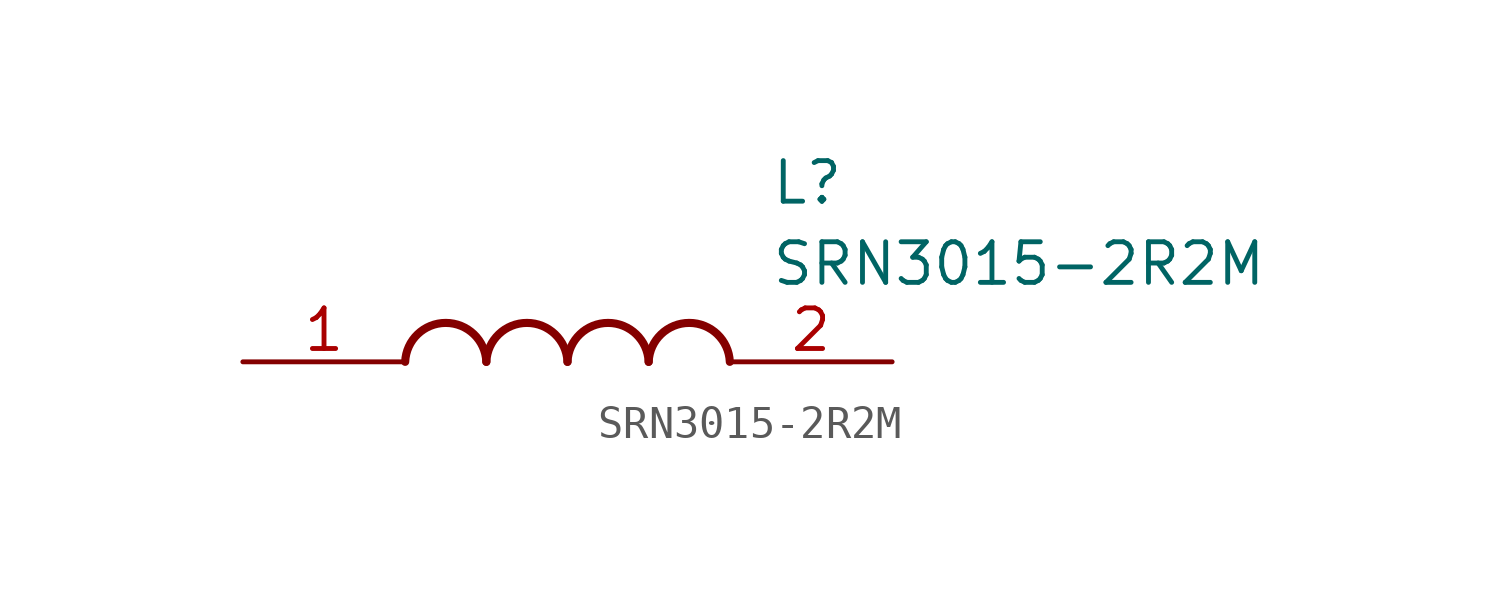
<source format=kicad_sym>
(kicad_symbol_lib
  (version 20211014)
  (generator SamacSys_ECAD_Model)
  (symbol "SRN3015-2R2M"
    (pin_names hide)
    (property "Reference" "L"
      (at 16.51 6.35 0)
      (effects (font (size 1.27 1.27)) (justify left top)))
    (property "Value" "SRN3015-2R2M"
      (at 16.51 3.81 0)
      (effects (font (size 1.27 1.27)) (justify left top)))
    (arc
      (start 7.62 0)
      (mid 6.35 1.219)
      (end 5.08 0)
      (stroke (width 0.254) (type default))
      (fill (type none)))
    (arc
      (start 10.16 0)
      (mid 8.89 1.219)
      (end 7.62 0)
      (stroke (width 0.254) (type default))
      (fill (type none)))
    (arc
      (start 12.7 0)
      (mid 11.43 1.219)
      (end 10.16 0)
      (stroke (width 0.254) (type default))
      (fill (type none)))
    (arc
      (start 15.24 0)
      (mid 13.97 1.219)
      (end 12.7 0)
      (stroke (width 0.254) (type default))
      (fill (type none)))
    (pin passive line
      (at 0 0 0)
      (length 5.08)
      (name "1" (effects (font (size 1.27 1.27))))
      (number "1" (effects (font (size 1.27 1.27)))))
    (pin passive line
      (at 20.32 0 180)
      (length 5.08)
      (name "2" (effects (font (size 1.27 1.27))))
      (number "2" (effects (font (size 1.27 1.27)))))))
</source>
